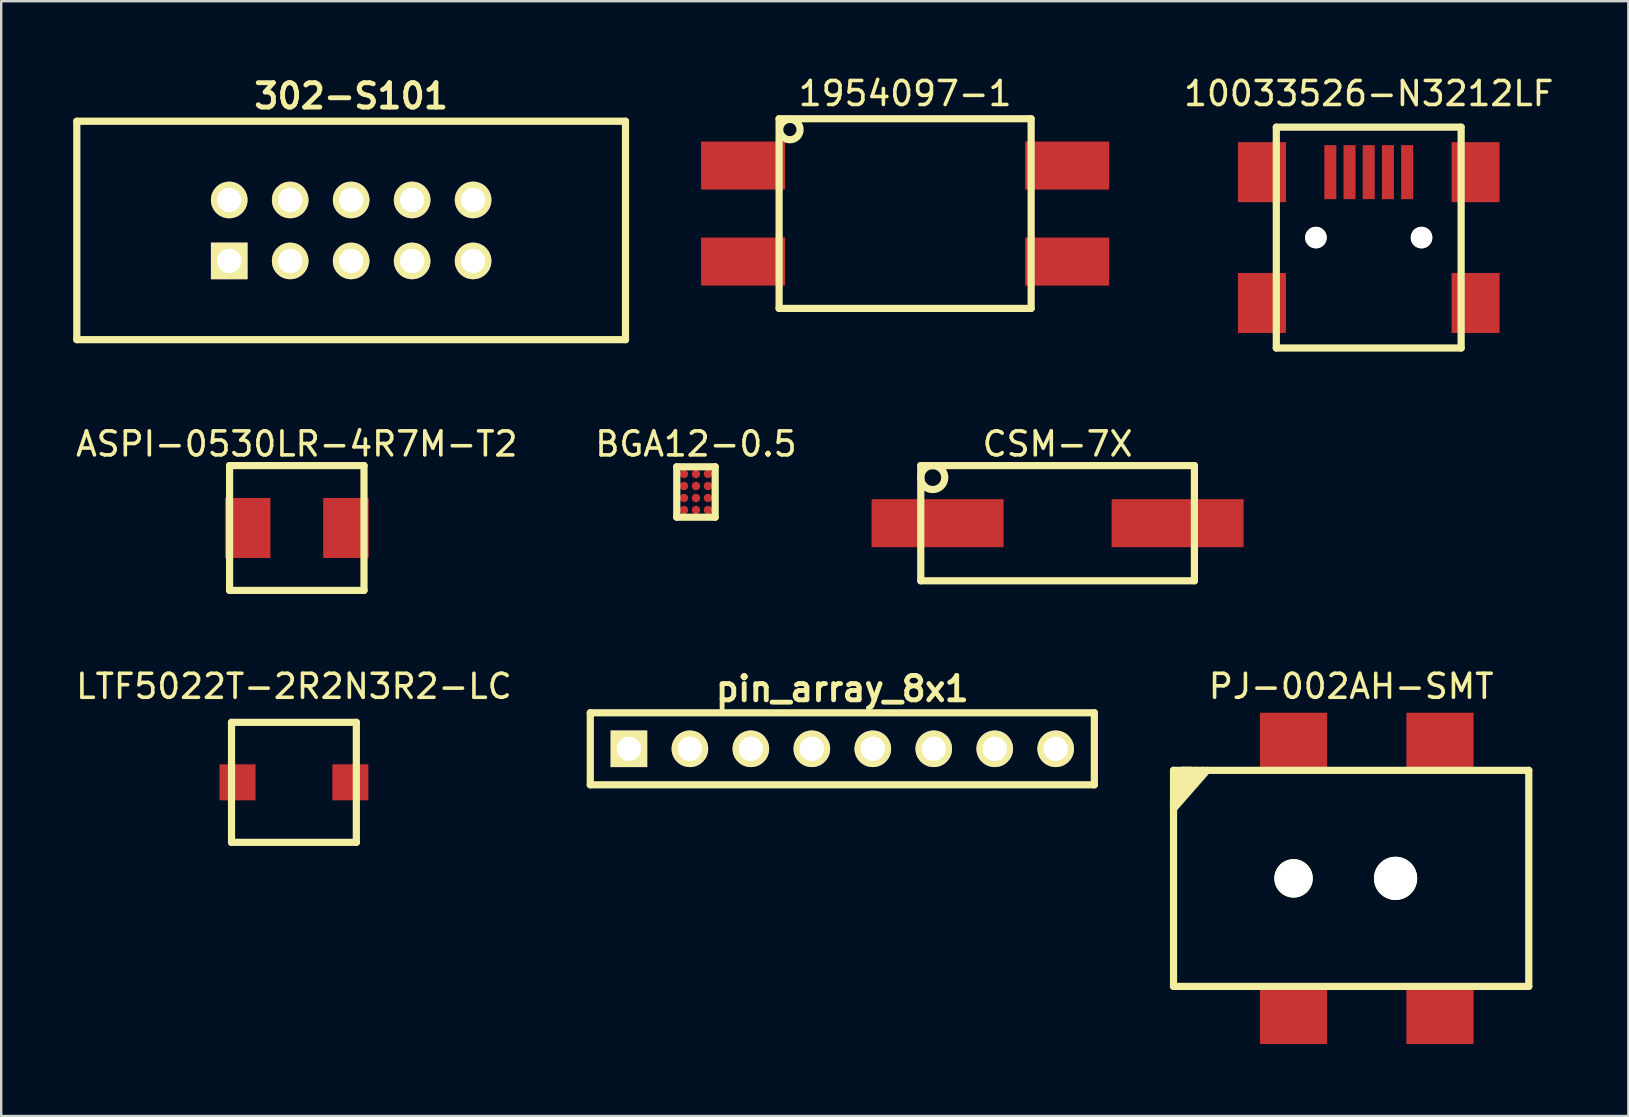
<source format=kicad_pcb>
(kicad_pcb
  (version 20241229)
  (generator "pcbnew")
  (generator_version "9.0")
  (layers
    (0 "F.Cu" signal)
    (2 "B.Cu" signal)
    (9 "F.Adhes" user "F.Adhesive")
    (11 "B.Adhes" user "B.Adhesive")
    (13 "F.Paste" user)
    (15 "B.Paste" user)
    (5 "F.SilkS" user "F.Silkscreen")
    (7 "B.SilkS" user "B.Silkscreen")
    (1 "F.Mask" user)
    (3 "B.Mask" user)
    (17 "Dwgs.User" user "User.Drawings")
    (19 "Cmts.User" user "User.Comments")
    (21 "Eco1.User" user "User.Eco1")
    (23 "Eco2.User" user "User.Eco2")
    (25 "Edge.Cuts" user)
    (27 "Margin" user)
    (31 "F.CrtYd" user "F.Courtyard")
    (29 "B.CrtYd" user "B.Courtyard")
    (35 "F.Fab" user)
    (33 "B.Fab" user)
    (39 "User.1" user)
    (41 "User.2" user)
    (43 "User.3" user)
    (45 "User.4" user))
  (footprint "1954097-1"
    (layer "F.Cu")
    (at 34.66 5.848)
    (property "Reference" "1954097-1" (at 0 -5 0) (layer "F.SilkS") (effects (font (size 1 1) (thickness 0.15))))
    (attr through_hole)
    (fp_line (start -5.25 -3.95) (end -5.25 3.95) (stroke (width 0.3) (type solid)) (layer "F.SilkS"))
    (fp_line (start -5.25 3.95) (end 5.25 3.95) (stroke (width 0.3) (type solid)) (layer "F.SilkS"))
    (fp_line (start 5.25 -3.95) (end -5.25 -3.95) (stroke (width 0.3) (type solid)) (layer "F.SilkS"))
    (fp_line (start 5.25 3.95) (end 5.25 -3.95) (stroke (width 0.3) (type solid)) (layer "F.SilkS"))
    (fp_circle (center -4.8 -3.5) (end -4.5 -3.2) (stroke (width 0.3) (type solid)) (fill no) (layer "F.SilkS"))
    (pad "" smd rect (at 6.75 -2) (size 3.5 2) (layers "F.Cu" "F.Mask" "F.Paste"))
    (pad "" smd rect (at 6.75 2) (size 3.5 2) (layers "F.Cu" "F.Mask" "F.Paste"))
    (pad "1" smd rect (at -6.75 -2) (size 3.5 2) (layers "F.Cu" "F.Mask" "F.Paste"))
    (pad "2" smd rect (at -6.75 2) (size 3.5 2) (layers "F.Cu" "F.Mask" "F.Paste")))
  (footprint "10033526-N3212LF"
    (layer "F.Cu")
    (at 53.975 6.848)
    (property "Reference" "10033526-N3212LF" (at 0 -6 0) (layer "F.SilkS") (effects (font (size 1 1) (thickness 0.15))))
    (attr through_hole)
    (fp_line (start -3.85 -4.6) (end 3.85 -4.6) (stroke (width 0.3) (type solid)) (layer "F.SilkS"))
    (fp_line (start -3.85 4.6) (end -3.85 -4.6) (stroke (width 0.3) (type solid)) (layer "F.SilkS"))
    (fp_line (start 3.85 -4.6) (end 3.85 4.6) (stroke (width 0.3) (type solid)) (layer "F.SilkS"))
    (fp_line (start 3.85 4.6) (end -3.85 4.6) (stroke (width 0.3) (type solid)) (layer "F.SilkS"))
    (pad "" np_thru_hole circle (at -2.2 0) (size 0.9 0.9) (drill 0.9) (layers "*.Cu" "*.Mask" "F.SilkS"))
    (pad "" np_thru_hole circle (at 2.2 0) (size 0.9 0.9) (drill 0.9) (layers "*.Cu" "*.Mask" "F.SilkS"))
    (pad "1" smd rect (at -1.6 -2.725) (size 0.5 2.25) (layers "F.Cu" "F.Mask" "F.Paste"))
    (pad "2" smd rect (at -0.8 -2.725) (size 0.5 2.25) (layers "F.Cu" "F.Mask" "F.Paste"))
    (pad "3" smd rect (at 0 -2.725) (size 0.5 2.25) (layers "F.Cu" "F.Mask" "F.Paste"))
    (pad "4" smd rect (at 0.8 -2.725) (size 0.5 2.25) (layers "F.Cu" "F.Mask" "F.Paste"))
    (pad "5" smd rect (at 1.6 -2.725) (size 0.5 2.25) (layers "F.Cu" "F.Mask" "F.Paste"))
    (pad "6" smd rect (at -4.45 -2.725) (size 2 2.5) (layers "F.Cu" "F.Mask" "F.Paste"))
    (pad "7" smd rect (at -4.45 2.725) (size 2 2.5) (layers "F.Cu" "F.Mask" "F.Paste"))
    (pad "8" smd rect (at 4.45 -2.725) (size 2 2.5) (layers "F.Cu" "F.Mask" "F.Paste"))
    (pad "9" smd rect (at 4.45 2.725) (size 2 2.5) (layers "F.Cu" "F.Mask" "F.Paste")))
  (footprint "ASPI-0530LR-4R7M-T2"
    (layer "F.Cu")
    (at 9.315 18.947)
    (property "Reference" "ASPI-0530LR-4R7M-T2" (at 0 -3.5 0) (layer "F.SilkS") (effects (font (size 1 1) (thickness 0.15))))
    (attr through_hole)
    (fp_line (start -2.8 -2.6) (end -2.8 2.6) (stroke (width 0.3) (type solid)) (layer "F.SilkS"))
    (fp_line (start -2.8 2.6) (end 2.8 2.6) (stroke (width 0.3) (type solid)) (layer "F.SilkS"))
    (fp_line (start 2.8 -2.6) (end -2.8 -2.6) (stroke (width 0.3) (type solid)) (layer "F.SilkS"))
    (fp_line (start 2.8 2.6) (end 2.8 -2.6) (stroke (width 0.3) (type solid)) (layer "F.SilkS"))
    (pad "1" smd rect (at -2.047 0) (size 1.895 2.5) (layers "F.Cu" "F.Mask" "F.Paste"))
    (pad "2" smd rect (at 2.047 0) (size 1.895 2.5) (layers "F.Cu" "F.Mask" "F.Paste")))
  (footprint "BGA12-0.5"
    (layer "F.Cu")
    (at 25.946 17.447)
    (property "Reference" "BGA12-0.5" (at 0 -2 0) (layer "F.SilkS") (effects (font (size 1 1) (thickness 0.15))))
    (attr through_hole)
    (fp_line (start -0.8 -1.05) (end -0.8 1.05) (stroke (width 0.3) (type solid)) (layer "F.SilkS"))
    (fp_line (start -0.8 1.05) (end 0.8 1.05) (stroke (width 0.3) (type solid)) (layer "F.SilkS"))
    (fp_line (start 0.8 -1.05) (end -0.8 -1.05) (stroke (width 0.3) (type solid)) (layer "F.SilkS"))
    (fp_line (start 0.8 1.05) (end 0.8 -1.05) (stroke (width 0.3) (type solid)) (layer "F.SilkS"))
    (pad "A1" smd circle (at -0.5 -0.75) (size 0.35 0.35) (layers "F.Cu" "F.Mask" "F.Paste"))
    (pad "A2" smd circle (at 0 -0.75) (size 0.35 0.35) (layers "F.Cu" "F.Mask" "F.Paste"))
    (pad "A3" smd circle (at 0.5 -0.75) (size 0.35 0.35) (layers "F.Cu" "F.Mask" "F.Paste"))
    (pad "B1" smd circle (at -0.5 -0.25) (size 0.35 0.35) (layers "F.Cu" "F.Mask" "F.Paste"))
    (pad "B2" smd circle (at 0 -0.25) (size 0.35 0.35) (layers "F.Cu" "F.Mask" "F.Paste"))
    (pad "B3" smd circle (at 0.5 -0.25) (size 0.35 0.35) (layers "F.Cu" "F.Mask" "F.Paste"))
    (pad "C1" smd circle (at -0.5 0.25) (size 0.35 0.35) (layers "F.Cu" "F.Mask" "F.Paste"))
    (pad "C2" smd circle (at 0 0.25) (size 0.35 0.35) (layers "F.Cu" "F.Mask" "F.Paste"))
    (pad "C3" smd circle (at 0.5 0.25) (size 0.35 0.35) (layers "F.Cu" "F.Mask" "F.Paste"))
    (pad "D1" smd circle (at -0.5 0.75) (size 0.35 0.35) (layers "F.Cu" "F.Mask" "F.Paste"))
    (pad "D2" smd circle (at 0 0.75) (size 0.35 0.35) (layers "F.Cu" "F.Mask" "F.Paste"))
    (pad "D3" smd circle (at 0.5 0.75) (size 0.35 0.35) (layers "F.Cu" "F.Mask" "F.Paste")))
  (footprint "pin_array_8x1"
    (layer "F.Cu")
    (at 32.043 28.147)
    (property "Reference" "pin_array_8x1" (at 0 -2.5 0) (layer "F.SilkS") (effects (font (size 1.016 1.016) (thickness 0.203))))
    (attr through_hole)
    (fp_line (start -10.5 -1.5) (end 10.5 -1.5) (stroke (width 0.3) (type solid)) (layer "F.SilkS"))
    (fp_line (start -10.5 1.5) (end -10.5 -1.5) (stroke (width 0.3) (type solid)) (layer "F.SilkS"))
    (fp_line (start 10.5 -1.5) (end 10.5 1.5) (stroke (width 0.3) (type solid)) (layer "F.SilkS"))
    (fp_line (start 10.5 1.5) (end -10.5 1.5) (stroke (width 0.3) (type solid)) (layer "F.SilkS"))
    (pad "1" thru_hole rect (at -8.89 0) (size 1.524 1.524) (drill 1.016) (layers "*.Cu" "*.Mask" "F.SilkS"))
    (pad "2" thru_hole circle (at -6.35 0) (size 1.524 1.524) (drill 1.016) (layers "*.Cu" "*.Mask" "F.SilkS"))
    (pad "3" thru_hole circle (at -3.81 0) (size 1.524 1.524) (drill 1.016) (layers "*.Cu" "*.Mask" "F.SilkS"))
    (pad "4" thru_hole circle (at -1.27 0) (size 1.524 1.524) (drill 1.016) (layers "*.Cu" "*.Mask" "F.SilkS"))
    (pad "5" thru_hole circle (at 1.27 0) (size 1.524 1.524) (drill 1.016) (layers "*.Cu" "*.Mask" "F.SilkS"))
    (pad "6" thru_hole circle (at 3.81 0) (size 1.524 1.524) (drill 1.016) (layers "*.Cu" "*.Mask" "F.SilkS"))
    (pad "7" thru_hole circle (at 6.35 0) (size 1.524 1.524) (drill 1.016) (layers "*.Cu" "*.Mask" "F.SilkS"))
    (pad "8" thru_hole circle (at 8.89 0) (size 1.524 1.524) (drill 1.016) (layers "*.Cu" "*.Mask" "F.SilkS")))
  (footprint "LTF5022T-2R2N3R2-LC"
    (layer "F.Cu")
    (at 9.196 29.545)
    (property "Reference" "LTF5022T-2R2N3R2-LC" (at 0 -4 0) (layer "F.SilkS") (effects (font (size 1 1) (thickness 0.15))))
    (attr through_hole)
    (fp_line (start -2.6 -2.5) (end -2.6 2.5) (stroke (width 0.3) (type solid)) (layer "F.SilkS"))
    (fp_line (start -2.6 2.5) (end 2.6 2.5) (stroke (width 0.3) (type solid)) (layer "F.SilkS"))
    (fp_line (start 2.6 -2.5) (end -2.6 -2.5) (stroke (width 0.3) (type solid)) (layer "F.SilkS"))
    (fp_line (start 2.6 2.5) (end 2.6 -2.5) (stroke (width 0.3) (type solid)) (layer "F.SilkS"))
    (pad "1" smd rect (at -2.35 0) (size 1.5 1.5) (layers "F.Cu" "F.Mask" "F.Paste"))
    (pad "2" smd rect (at 2.35 0) (size 1.5 1.5) (layers "F.Cu" "F.Mask" "F.Paste")))
  (footprint "CSM-7X"
    (layer "F.Cu")
    (at 41.012 18.747)
    (property "Reference" "CSM-7X" (at 0 -3.3 0) (layer "F.SilkS") (effects (font (size 1 1) (thickness 0.15))))
    (attr through_hole)
    (fp_line (start -5.7 -2.4) (end 5.7 -2.4) (stroke (width 0.3) (type solid)) (layer "F.SilkS"))
    (fp_line (start -5.7 2.4) (end -5.7 -2.4) (stroke (width 0.3) (type solid)) (layer "F.SilkS"))
    (fp_line (start 5.7 -2.4) (end 5.7 2.4) (stroke (width 0.3) (type solid)) (layer "F.SilkS"))
    (fp_line (start 5.7 2.4) (end -5.7 2.4) (stroke (width 0.3) (type solid)) (layer "F.SilkS"))
    (fp_circle (center -5.2 -1.9) (end -4.8 -1.6) (stroke (width 0.3) (type solid)) (fill no) (layer "F.SilkS"))
    (pad "1" smd rect (at -5 0) (size 5.5 2) (layers "F.Cu" "F.Mask" "F.Paste"))
    (pad "2" smd rect (at 5 0) (size 5.5 2) (layers "F.Cu" "F.Mask" "F.Paste")))
  (footprint "302-S101"
    (layer "F.Cu")
    (at 11.58 6.551)
    (property "Reference" "302-S101" (at 0 -5.6 0) (layer "F.SilkS") (effects (font (size 1.016 1.016) (thickness 0.203))))
    (attr through_hole)
    (fp_line (start -11.43 -4.55) (end -11.43 4.55) (stroke (width 0.3) (type solid)) (layer "F.SilkS"))
    (fp_line (start -11.43 4.55) (end 11.43 4.55) (stroke (width 0.3) (type solid)) (layer "F.SilkS"))
    (fp_line (start 11.43 -4.55) (end -11.43 -4.55) (stroke (width 0.3) (type solid)) (layer "F.SilkS"))
    (fp_line (start 11.43 4.55) (end 11.43 -4.55) (stroke (width 0.3) (type solid)) (layer "F.SilkS"))
    (pad "1" thru_hole rect (at -5.08 1.27) (size 1.524 1.524) (drill 1.016) (layers "*.Cu" "*.Mask" "F.SilkS"))
    (pad "2" thru_hole circle (at -5.08 -1.27) (size 1.524 1.524) (drill 1.016) (layers "*.Cu" "*.Mask" "F.SilkS"))
    (pad "3" thru_hole circle (at -2.54 1.27) (size 1.524 1.524) (drill 1.016) (layers "*.Cu" "*.Mask" "F.SilkS"))
    (pad "4" thru_hole circle (at -2.54 -1.27) (size 1.524 1.524) (drill 1.016) (layers "*.Cu" "*.Mask" "F.SilkS"))
    (pad "5" thru_hole circle (at 0 1.27) (size 1.524 1.524) (drill 1.016) (layers "*.Cu" "*.Mask" "F.SilkS"))
    (pad "6" thru_hole circle (at 0 -1.27) (size 1.524 1.524) (drill 1.016) (layers "*.Cu" "*.Mask" "F.SilkS"))
    (pad "7" thru_hole circle (at 2.54 1.27) (size 1.524 1.524) (drill 1.016) (layers "*.Cu" "*.Mask" "F.SilkS"))
    (pad "8" thru_hole circle (at 2.54 -1.27) (size 1.524 1.524) (drill 1.016) (layers "*.Cu" "*.Mask" "F.SilkS"))
    (pad "9" thru_hole circle (at 5.08 1.27) (size 1.524 1.524) (drill 1.016) (layers "*.Cu" "*.Mask" "F.SilkS"))
    (pad "10" thru_hole circle (at 5.08 -1.27) (size 1.524 1.524) (drill 1.016) (layers "*.Cu" "*.Mask" "F.SilkS")))
  (footprint "PJ-002AH-SMT"
    (layer "F.Cu")
    (at 53.243 33.545)
    (property "Reference" "PJ-002AH-SMT" (at 0 -8 0) (layer "F.SilkS") (effects (font (size 1 1) (thickness 0.15))))
    (attr through_hole)
    (fp_line (start -7.4 -4.5) (end 7.4 -4.5) (stroke (width 0.3) (type solid)) (layer "F.SilkS"))
    (fp_line (start -7.4 -3.7) (end -6.7 -4.5) (stroke (width 0.3) (type solid)) (layer "F.SilkS"))
    (fp_line (start -7.4 -3.2) (end -6.2 -4.5) (stroke (width 0.3) (type solid)) (layer "F.SilkS"))
    (fp_line (start -7.4 -2.9) (end -7.4 -3.2) (stroke (width 0.3) (type solid)) (layer "F.SilkS"))
    (fp_line (start -7.4 4.5) (end -7.4 -4.5) (stroke (width 0.3) (type solid)) (layer "F.SilkS"))
    (fp_line (start -7 -4.5) (end -7.3 -4.2) (stroke (width 0.3) (type solid)) (layer "F.SilkS"))
    (fp_line (start -6.7 -4.5) (end -7 -4.5) (stroke (width 0.3) (type solid)) (layer "F.SilkS"))
    (fp_line (start -6.5 -4.5) (end -7.4 -3.5) (stroke (width 0.3) (type solid)) (layer "F.SilkS"))
    (fp_line (start -6 -4.5) (end -7.4 -2.9) (stroke (width 0.3) (type solid)) (layer "F.SilkS"))
    (fp_line (start 7.4 -4.5) (end 7.4 4.5) (stroke (width 0.3) (type solid)) (layer "F.SilkS"))
    (fp_line (start 7.4 4.5) (end -7.4 4.5) (stroke (width 0.3) (type solid)) (layer "F.SilkS"))
    (pad "" np_thru_hole circle (at -2.4 0) (size 1.6 1.6) (drill 1.6) (layers "*.Cu" "*.Mask" "F.SilkS"))
    (pad "" np_thru_hole circle (at 1.85 0) (size 1.8 1.8) (drill 1.8) (layers "*.Cu" "*.Mask" "F.SilkS"))
    (pad "1" smd rect (at -2.4 -5.7) (size 2.8 2.4) (layers "F.Cu" "F.Mask" "F.Paste"))
    (pad "1" smd rect (at 3.7 -5.7) (size 2.8 2.4) (layers "F.Cu" "F.Mask" "F.Paste"))
    (pad "2" smd rect (at -2.4 5.7) (size 2.8 2.4) (layers "F.Cu" "F.Mask" "F.Paste"))
    (pad "3" smd rect (at 3.7 5.7) (size 2.8 2.4) (layers "F.Cu" "F.Mask" "F.Paste")))
  (gr_rect
    (start -3 -3)
    (end 64.791 43.445)
    (stroke (width 0.1) (type default))
    (fill no)
    (layer "Edge.Cuts")))
</source>
